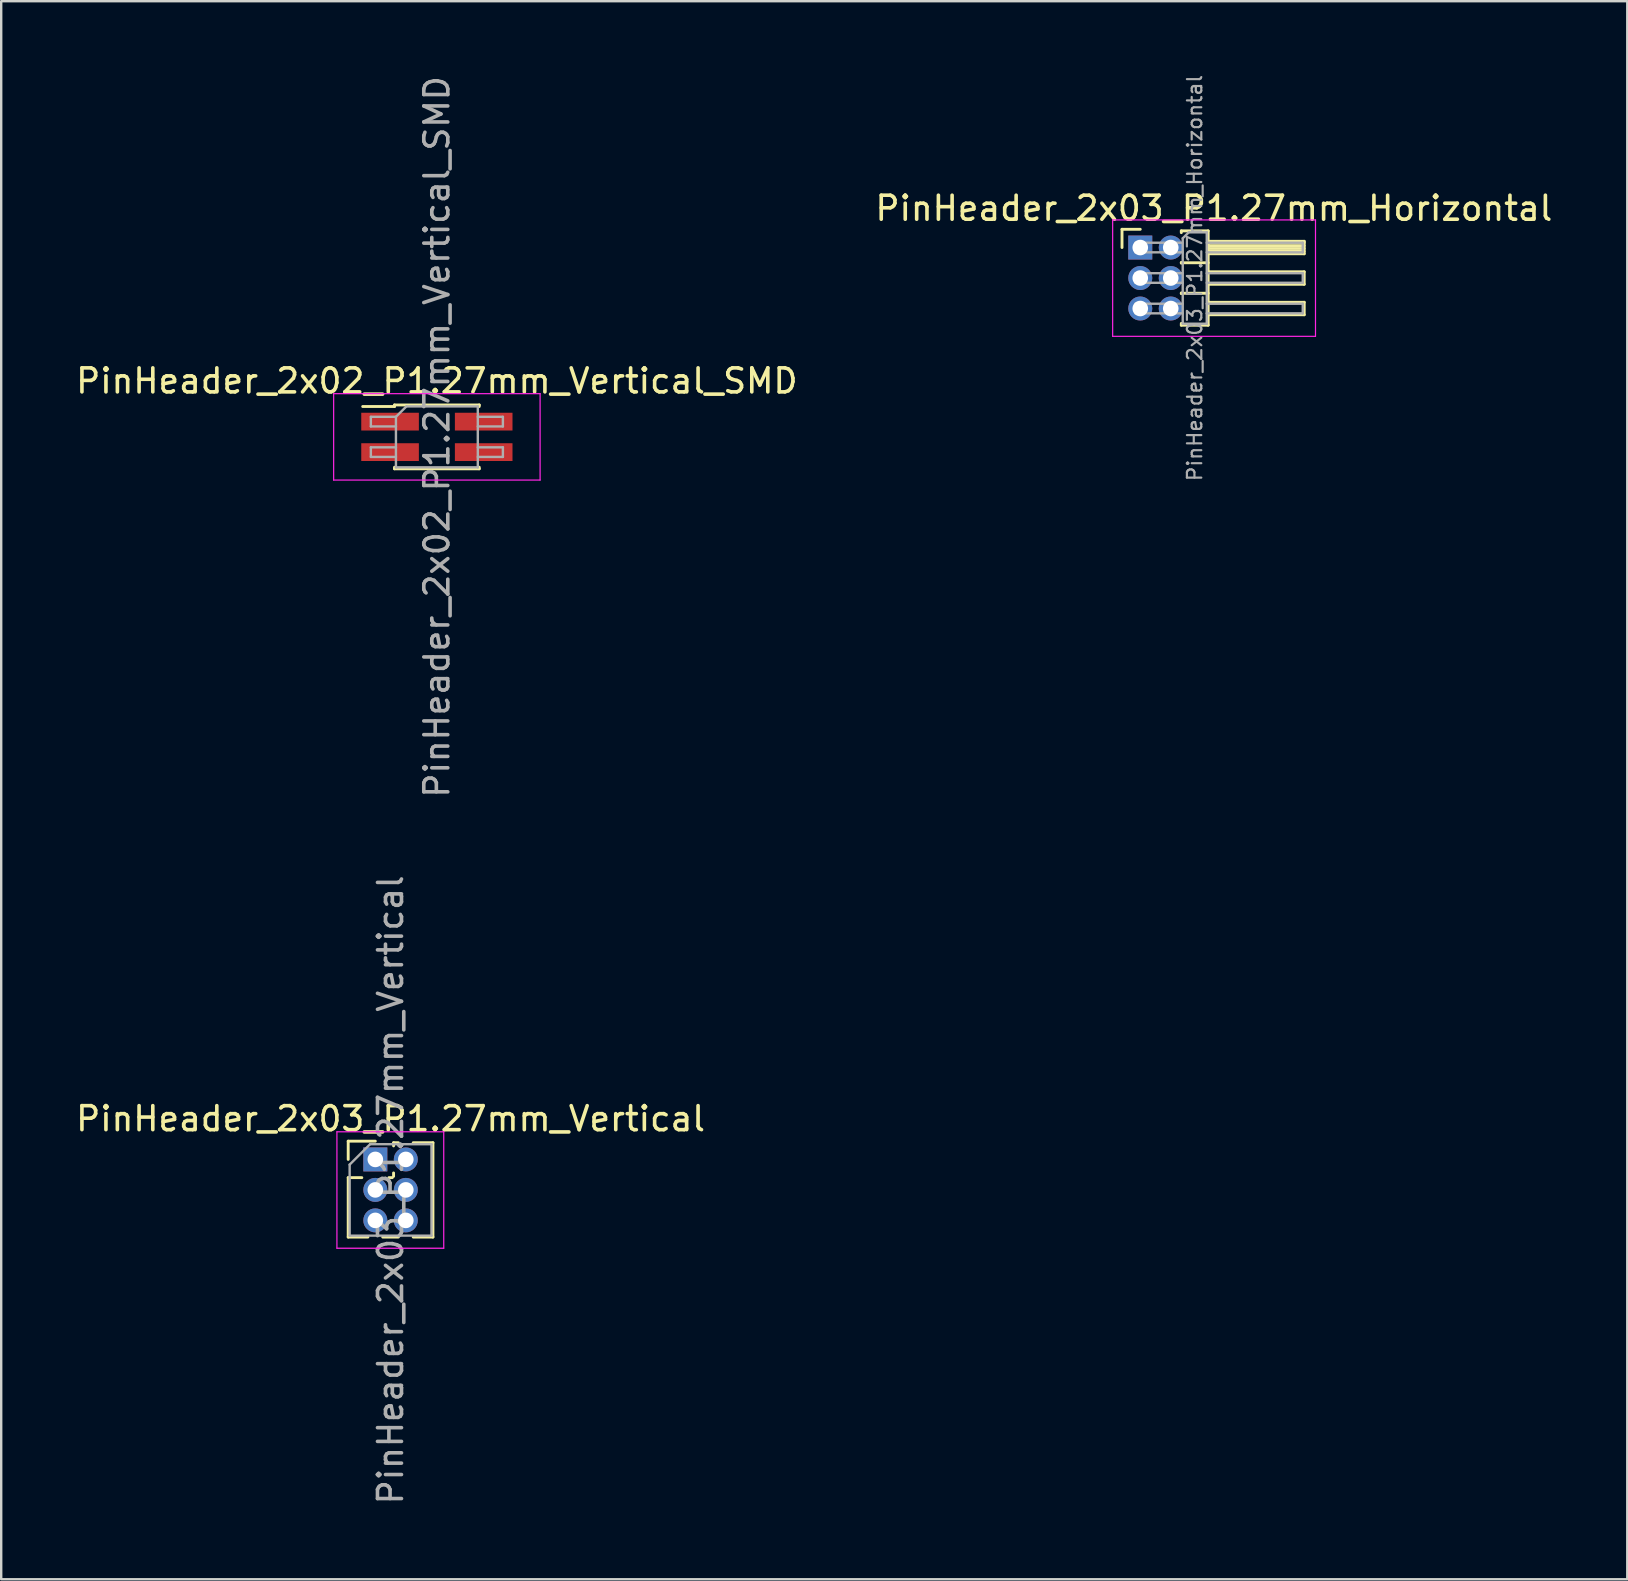
<source format=kicad_pcb>
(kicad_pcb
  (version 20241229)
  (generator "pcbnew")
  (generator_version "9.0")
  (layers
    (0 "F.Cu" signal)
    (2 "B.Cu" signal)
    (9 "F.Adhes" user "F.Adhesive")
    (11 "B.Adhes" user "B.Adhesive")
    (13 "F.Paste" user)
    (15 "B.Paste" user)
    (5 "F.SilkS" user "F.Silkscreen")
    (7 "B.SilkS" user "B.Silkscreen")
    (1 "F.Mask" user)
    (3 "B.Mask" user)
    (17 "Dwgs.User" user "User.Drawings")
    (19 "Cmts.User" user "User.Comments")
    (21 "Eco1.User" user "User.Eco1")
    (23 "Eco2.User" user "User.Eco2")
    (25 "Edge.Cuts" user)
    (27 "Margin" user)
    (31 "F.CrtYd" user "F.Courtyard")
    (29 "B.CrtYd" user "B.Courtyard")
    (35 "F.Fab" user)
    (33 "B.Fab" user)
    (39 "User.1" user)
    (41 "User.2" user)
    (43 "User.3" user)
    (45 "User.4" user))
  (footprint "PinHeader_2x03_P1.27mm_Vertical"
    (layer "F.Cu")
    (at 12.585 45.248)
    (property "Reference" "PinHeader_2x03_P1.27mm_Vertical" (at 0.635 -1.695 0) (layer "F.SilkS") (effects (font (size 1 1) (thickness 0.15))))
    (attr through_hole)
    (fp_line (start -1.13 -0.76) (end 0 -0.76) (stroke (width 0.12) (type solid)) (layer "F.SilkS"))
    (fp_line (start -1.13 0) (end -1.13 -0.76) (stroke (width 0.12) (type solid)) (layer "F.SilkS"))
    (fp_line (start -1.13 0.76) (end -1.13 3.235) (stroke (width 0.12) (type solid)) (layer "F.SilkS"))
    (fp_line (start -1.13 0.76) (end -0.563 0.76) (stroke (width 0.12) (type solid)) (layer "F.SilkS"))
    (fp_line (start -1.13 3.235) (end -0.308 3.235) (stroke (width 0.12) (type solid)) (layer "F.SilkS"))
    (fp_line (start 0.308 3.235) (end 0.962 3.235) (stroke (width 0.12) (type solid)) (layer "F.SilkS"))
    (fp_line (start 0.563 0.76) (end 0.707 0.76) (stroke (width 0.12) (type solid)) (layer "F.SilkS"))
    (fp_line (start 0.76 -0.695) (end 0.962 -0.695) (stroke (width 0.12) (type solid)) (layer "F.SilkS"))
    (fp_line (start 0.76 -0.563) (end 0.76 -0.695) (stroke (width 0.12) (type solid)) (layer "F.SilkS"))
    (fp_line (start 0.76 0.707) (end 0.76 0.563) (stroke (width 0.12) (type solid)) (layer "F.SilkS"))
    (fp_line (start 1.578 -0.695) (end 2.4 -0.695) (stroke (width 0.12) (type solid)) (layer "F.SilkS"))
    (fp_line (start 1.578 3.235) (end 2.4 3.235) (stroke (width 0.12) (type solid)) (layer "F.SilkS"))
    (fp_line (start 2.4 -0.695) (end 2.4 3.235) (stroke (width 0.12) (type solid)) (layer "F.SilkS"))
    (fp_line (start -1.6 -1.15) (end -1.6 3.7) (stroke (width 0.05) (type solid)) (layer "F.CrtYd"))
    (fp_line (start -1.6 3.7) (end 2.85 3.7) (stroke (width 0.05) (type solid)) (layer "F.CrtYd"))
    (fp_line (start 2.85 -1.15) (end -1.6 -1.15) (stroke (width 0.05) (type solid)) (layer "F.CrtYd"))
    (fp_line (start 2.85 3.7) (end 2.85 -1.15) (stroke (width 0.05) (type solid)) (layer "F.CrtYd"))
    (fp_line (start -1.07 0.217) (end -0.217 -0.635) (stroke (width 0.1) (type solid)) (layer "F.Fab"))
    (fp_line (start -1.07 3.175) (end -1.07 0.217) (stroke (width 0.1) (type solid)) (layer "F.Fab"))
    (fp_line (start -0.217 -0.635) (end 2.34 -0.635) (stroke (width 0.1) (type solid)) (layer "F.Fab"))
    (fp_line (start 2.34 -0.635) (end 2.34 3.175) (stroke (width 0.1) (type solid)) (layer "F.Fab"))
    (fp_line (start 2.34 3.175) (end -1.07 3.175) (stroke (width 0.1) (type solid)) (layer "F.Fab"))
    (fp_text user "${REFERENCE}" (at 0.635 1.27 90) (layer "F.Fab") (effects (font (size 1 1) (thickness 0.15))))
    (pad "1" thru_hole rect (at 0 0) (size 1 1) (drill 0.65) (layers "*.Cu" "*.Mask"))
    (pad "2" thru_hole oval (at 1.27 0) (size 1 1) (drill 0.65) (layers "*.Cu" "*.Mask"))
    (pad "3" thru_hole oval (at 0 1.27) (size 1 1) (drill 0.65) (layers "*.Cu" "*.Mask"))
    (pad "4" thru_hole oval (at 1.27 1.27) (size 1 1) (drill 0.65) (layers "*.Cu" "*.Mask"))
    (pad "5" thru_hole oval (at 0 2.54) (size 1 1) (drill 0.65) (layers "*.Cu" "*.Mask"))
    (pad "6" thru_hole oval (at 1.27 2.54) (size 1 1) (drill 0.65) (layers "*.Cu" "*.Mask")))
  (footprint "PinHeader_2x03_P1.27mm_Horizontal"
    (layer "F.Cu")
    (at 44.45 7.262)
    (property "Reference" "PinHeader_2x03_P1.27mm_Horizontal" (at 3.067 -1.635 0) (layer "F.SilkS") (effects (font (size 1 1) (thickness 0.15))))
    (attr through_hole)
    (fp_line (start -0.76 -0.76) (end 0 -0.76) (stroke (width 0.12) (type solid)) (layer "F.SilkS"))
    (fp_line (start -0.76 0) (end -0.76 -0.76) (stroke (width 0.12) (type solid)) (layer "F.SilkS"))
    (fp_line (start 1.71 -0.695) (end 2.83 -0.695) (stroke (width 0.12) (type solid)) (layer "F.SilkS"))
    (fp_line (start 1.71 -0.62) (end 1.71 -0.695) (stroke (width 0.12) (type solid)) (layer "F.SilkS"))
    (fp_line (start 1.71 0.62) (end 1.71 0.65) (stroke (width 0.12) (type solid)) (layer "F.SilkS"))
    (fp_line (start 1.71 0.635) (end 2.83 0.635) (stroke (width 0.12) (type solid)) (layer "F.SilkS"))
    (fp_line (start 1.71 1.89) (end 1.71 1.92) (stroke (width 0.12) (type solid)) (layer "F.SilkS"))
    (fp_line (start 1.71 1.905) (end 2.83 1.905) (stroke (width 0.12) (type solid)) (layer "F.SilkS"))
    (fp_line (start 1.71 3.235) (end 1.71 3.16) (stroke (width 0.12) (type solid)) (layer "F.SilkS"))
    (fp_line (start 2.83 -0.695) (end 2.83 3.235) (stroke (width 0.12) (type solid)) (layer "F.SilkS"))
    (fp_line (start 2.83 -0.26) (end 6.83 -0.26) (stroke (width 0.12) (type solid)) (layer "F.SilkS"))
    (fp_line (start 2.83 -0.2) (end 6.83 -0.2) (stroke (width 0.12) (type solid)) (layer "F.SilkS"))
    (fp_line (start 2.83 -0.08) (end 6.83 -0.08) (stroke (width 0.12) (type solid)) (layer "F.SilkS"))
    (fp_line (start 2.83 0.04) (end 6.83 0.04) (stroke (width 0.12) (type solid)) (layer "F.SilkS"))
    (fp_line (start 2.83 0.16) (end 6.83 0.16) (stroke (width 0.12) (type solid)) (layer "F.SilkS"))
    (fp_line (start 2.83 1.01) (end 6.83 1.01) (stroke (width 0.12) (type solid)) (layer "F.SilkS"))
    (fp_line (start 2.83 2.28) (end 6.83 2.28) (stroke (width 0.12) (type solid)) (layer "F.SilkS"))
    (fp_line (start 2.83 3.235) (end 1.71 3.235) (stroke (width 0.12) (type solid)) (layer "F.SilkS"))
    (fp_line (start 6.83 -0.26) (end 6.83 0.26) (stroke (width 0.12) (type solid)) (layer "F.SilkS"))
    (fp_line (start 6.83 0.26) (end 2.83 0.26) (stroke (width 0.12) (type solid)) (layer "F.SilkS"))
    (fp_line (start 6.83 1.01) (end 6.83 1.53) (stroke (width 0.12) (type solid)) (layer "F.SilkS"))
    (fp_line (start 6.83 1.53) (end 2.83 1.53) (stroke (width 0.12) (type solid)) (layer "F.SilkS"))
    (fp_line (start 6.83 2.28) (end 6.83 2.8) (stroke (width 0.12) (type solid)) (layer "F.SilkS"))
    (fp_line (start 6.83 2.8) (end 2.83 2.8) (stroke (width 0.12) (type solid)) (layer "F.SilkS"))
    (fp_line (start -1.15 -1.15) (end -1.15 3.7) (stroke (width 0.05) (type solid)) (layer "F.CrtYd"))
    (fp_line (start -1.15 3.7) (end 7.3 3.7) (stroke (width 0.05) (type solid)) (layer "F.CrtYd"))
    (fp_line (start 7.3 -1.15) (end -1.15 -1.15) (stroke (width 0.05) (type solid)) (layer "F.CrtYd"))
    (fp_line (start 7.3 3.7) (end 7.3 -1.15) (stroke (width 0.05) (type solid)) (layer "F.CrtYd"))
    (fp_line (start -0.2 -0.2) (end -0.2 0.2) (stroke (width 0.1) (type solid)) (layer "F.Fab"))
    (fp_line (start -0.2 -0.2) (end 1.77 -0.2) (stroke (width 0.1) (type solid)) (layer "F.Fab"))
    (fp_line (start -0.2 0.2) (end 1.77 0.2) (stroke (width 0.1) (type solid)) (layer "F.Fab"))
    (fp_line (start -0.2 1.07) (end -0.2 1.47) (stroke (width 0.1) (type solid)) (layer "F.Fab"))
    (fp_line (start -0.2 1.07) (end 1.77 1.07) (stroke (width 0.1) (type solid)) (layer "F.Fab"))
    (fp_line (start -0.2 1.47) (end 1.77 1.47) (stroke (width 0.1) (type solid)) (layer "F.Fab"))
    (fp_line (start -0.2 2.34) (end -0.2 2.74) (stroke (width 0.1) (type solid)) (layer "F.Fab"))
    (fp_line (start -0.2 2.34) (end 1.77 2.34) (stroke (width 0.1) (type solid)) (layer "F.Fab"))
    (fp_line (start -0.2 2.74) (end 1.77 2.74) (stroke (width 0.1) (type solid)) (layer "F.Fab"))
    (fp_line (start 1.77 -0.385) (end 2.02 -0.635) (stroke (width 0.1) (type solid)) (layer "F.Fab"))
    (fp_line (start 1.77 3.175) (end 1.77 -0.385) (stroke (width 0.1) (type solid)) (layer "F.Fab"))
    (fp_line (start 2.02 -0.635) (end 2.77 -0.635) (stroke (width 0.1) (type solid)) (layer "F.Fab"))
    (fp_line (start 2.77 -0.635) (end 2.77 3.175) (stroke (width 0.1) (type solid)) (layer "F.Fab"))
    (fp_line (start 2.77 -0.2) (end 6.77 -0.2) (stroke (width 0.1) (type solid)) (layer "F.Fab"))
    (fp_line (start 2.77 0.2) (end 6.77 0.2) (stroke (width 0.1) (type solid)) (layer "F.Fab"))
    (fp_line (start 2.77 1.07) (end 6.77 1.07) (stroke (width 0.1) (type solid)) (layer "F.Fab"))
    (fp_line (start 2.77 1.47) (end 6.77 1.47) (stroke (width 0.1) (type solid)) (layer "F.Fab"))
    (fp_line (start 2.77 2.34) (end 6.77 2.34) (stroke (width 0.1) (type solid)) (layer "F.Fab"))
    (fp_line (start 2.77 2.74) (end 6.77 2.74) (stroke (width 0.1) (type solid)) (layer "F.Fab"))
    (fp_line (start 2.77 3.175) (end 1.77 3.175) (stroke (width 0.1) (type solid)) (layer "F.Fab"))
    (fp_line (start 6.77 -0.2) (end 6.77 0.2) (stroke (width 0.1) (type solid)) (layer "F.Fab"))
    (fp_line (start 6.77 1.07) (end 6.77 1.47) (stroke (width 0.1) (type solid)) (layer "F.Fab"))
    (fp_line (start 6.77 2.34) (end 6.77 2.74) (stroke (width 0.1) (type solid)) (layer "F.Fab"))
    (fp_text user "${REFERENCE}" (at 2.27 1.27 90) (layer "F.Fab") (effects (font (size 0.6 0.6) (thickness 0.09))))
    (pad "1" thru_hole rect (at 0 0) (size 1 1) (drill 0.65) (layers "*.Cu" "*.Mask"))
    (pad "2" thru_hole oval (at 1.27 0) (size 1 1) (drill 0.65) (layers "*.Cu" "*.Mask"))
    (pad "3" thru_hole oval (at 0 1.27) (size 1 1) (drill 0.65) (layers "*.Cu" "*.Mask"))
    (pad "4" thru_hole oval (at 1.27 1.27) (size 1 1) (drill 0.65) (layers "*.Cu" "*.Mask"))
    (pad "5" thru_hole oval (at 0 2.54) (size 1 1) (drill 0.65) (layers "*.Cu" "*.Mask"))
    (pad "6" thru_hole oval (at 1.27 2.54) (size 1 1) (drill 0.65) (layers "*.Cu" "*.Mask")))
  (footprint "PinHeader_2x02_P1.27mm_Vertical_SMD"
    (layer "F.Cu")
    (at 15.149 15.149)
    (property "Reference" "PinHeader_2x02_P1.27mm_Vertical_SMD" (at 0 -2.33 0) (layer "F.SilkS") (effects (font (size 1 1) (thickness 0.15))))
    (attr smd)
    (fp_line (start -3.09 -1.265) (end -1.765 -1.265) (stroke (width 0.12) (type solid)) (layer "F.SilkS"))
    (fp_line (start -1.765 -1.33) (end -1.765 -1.265) (stroke (width 0.12) (type solid)) (layer "F.SilkS"))
    (fp_line (start -1.765 -1.33) (end 1.765 -1.33) (stroke (width 0.12) (type solid)) (layer "F.SilkS"))
    (fp_line (start -1.765 1.265) (end -1.765 1.33) (stroke (width 0.12) (type solid)) (layer "F.SilkS"))
    (fp_line (start -1.765 1.33) (end 1.765 1.33) (stroke (width 0.12) (type solid)) (layer "F.SilkS"))
    (fp_line (start 1.765 -1.33) (end 1.765 -1.265) (stroke (width 0.12) (type solid)) (layer "F.SilkS"))
    (fp_line (start 1.765 1.265) (end 1.765 1.33) (stroke (width 0.12) (type solid)) (layer "F.SilkS"))
    (fp_line (start -4.3 -1.8) (end -4.3 1.8) (stroke (width 0.05) (type solid)) (layer "F.CrtYd"))
    (fp_line (start -4.3 1.8) (end 4.3 1.8) (stroke (width 0.05) (type solid)) (layer "F.CrtYd"))
    (fp_line (start 4.3 -1.8) (end -4.3 -1.8) (stroke (width 0.05) (type solid)) (layer "F.CrtYd"))
    (fp_line (start 4.3 1.8) (end 4.3 -1.8) (stroke (width 0.05) (type solid)) (layer "F.CrtYd"))
    (fp_line (start -2.75 -0.835) (end -2.75 -0.435) (stroke (width 0.1) (type solid)) (layer "F.Fab"))
    (fp_line (start -2.75 -0.435) (end -1.705 -0.435) (stroke (width 0.1) (type solid)) (layer "F.Fab"))
    (fp_line (start -2.75 0.435) (end -2.75 0.835) (stroke (width 0.1) (type solid)) (layer "F.Fab"))
    (fp_line (start -2.75 0.835) (end -1.705 0.835) (stroke (width 0.1) (type solid)) (layer "F.Fab"))
    (fp_line (start -1.705 -0.835) (end -2.75 -0.835) (stroke (width 0.1) (type solid)) (layer "F.Fab"))
    (fp_line (start -1.705 -0.835) (end -1.27 -1.27) (stroke (width 0.1) (type solid)) (layer "F.Fab"))
    (fp_line (start -1.705 0.435) (end -2.75 0.435) (stroke (width 0.1) (type solid)) (layer "F.Fab"))
    (fp_line (start -1.705 1.27) (end -1.705 -0.835) (stroke (width 0.1) (type solid)) (layer "F.Fab"))
    (fp_line (start -1.27 -1.27) (end 1.705 -1.27) (stroke (width 0.1) (type solid)) (layer "F.Fab"))
    (fp_line (start 1.705 -1.27) (end 1.705 1.27) (stroke (width 0.1) (type solid)) (layer "F.Fab"))
    (fp_line (start 1.705 -0.835) (end 2.75 -0.835) (stroke (width 0.1) (type solid)) (layer "F.Fab"))
    (fp_line (start 1.705 0.435) (end 2.75 0.435) (stroke (width 0.1) (type solid)) (layer "F.Fab"))
    (fp_line (start 1.705 1.27) (end -1.705 1.27) (stroke (width 0.1) (type solid)) (layer "F.Fab"))
    (fp_line (start 2.75 -0.835) (end 2.75 -0.435) (stroke (width 0.1) (type solid)) (layer "F.Fab"))
    (fp_line (start 2.75 -0.435) (end 1.705 -0.435) (stroke (width 0.1) (type solid)) (layer "F.Fab"))
    (fp_line (start 2.75 0.435) (end 2.75 0.835) (stroke (width 0.1) (type solid)) (layer "F.Fab"))
    (fp_line (start 2.75 0.835) (end 1.705 0.835) (stroke (width 0.1) (type solid)) (layer "F.Fab"))
    (fp_text user "${REFERENCE}" (at 0 0 90) (layer "F.Fab") (effects (font (size 1 1) (thickness 0.15))))
    (pad "1" smd rect (at -1.95 -0.635) (size 2.4 0.74) (layers "F.Cu" "F.Mask" "F.Paste"))
    (pad "2" smd rect (at 1.95 -0.635) (size 2.4 0.74) (layers "F.Cu" "F.Mask" "F.Paste"))
    (pad "3" smd rect (at -1.95 0.635) (size 2.4 0.74) (layers "F.Cu" "F.Mask" "F.Paste"))
    (pad "4" smd rect (at 1.95 0.635) (size 2.4 0.74) (layers "F.Cu" "F.Mask" "F.Paste")))
  (gr_rect
    (start -3 -3)
    (end 64.738 62.738)
    (stroke (width 0.1) (type default))
    (fill no)
    (layer "Edge.Cuts")))
</source>
